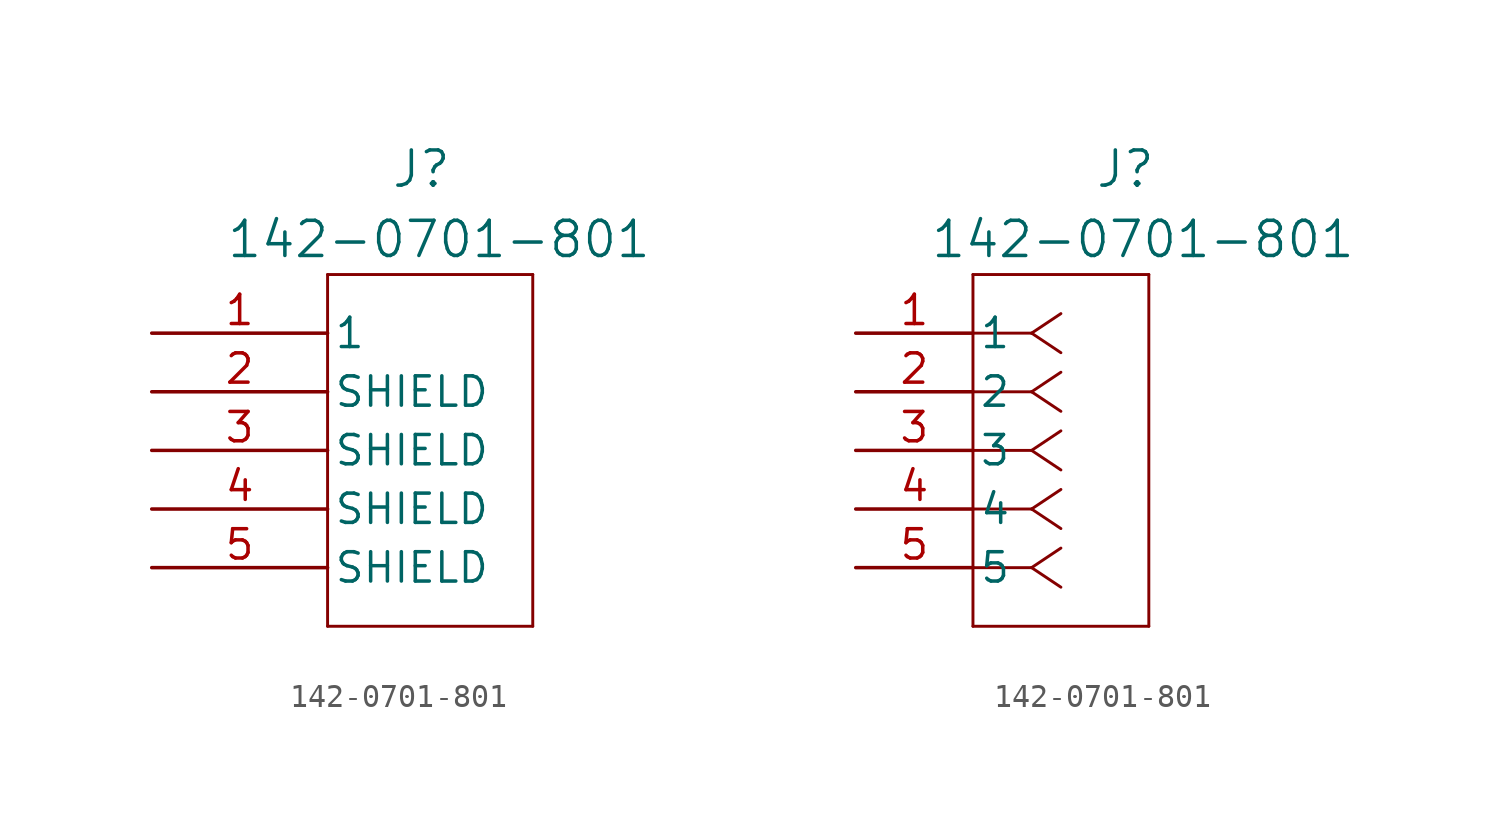
<source format=kicad_sym>
(kicad_symbol_lib
  (version 20241209)
  (generator "kicad_symbol_editor")
  (generator_version "9.0")
  (symbol "142-0701-801"
    (pin_names
      (offset 0.254))
    (property "Reference" "J"
      (at 11.684 7.112 0)
      (effects (font (size 1.524 1.524))))
    (property "Value" "142-0701-801"
      (at 12.446 4.064 0)
      (effects (font (size 1.524 1.524))))
    (property "ki_locked" ""
      (at 0 0 0)
      (effects (font (size 1.27 1.27))))
    (symbol "142-0701-801_1_1"
      (polyline (pts (xy 7.62 2.54) (xy 7.62 -12.7)) (stroke (width 0.127) (type default)) (fill (type none)))
      (polyline (pts (xy 7.62 -12.7) (xy 16.51 -12.7)) (stroke (width 0.127) (type default)) (fill (type none)))
      (polyline (pts (xy 16.51 2.54) (xy 7.62 2.54)) (stroke (width 0.127) (type default)) (fill (type none)))
      (polyline (pts (xy 16.51 -12.7) (xy 16.51 2.54)) (stroke (width 0.127) (type default)) (fill (type none)))
      (pin unspecified line (at 0 0 0) (length 7.62) (name "1" (effects (font (size 1.27 1.27)))) (number "1" (effects (font (size 1.27 1.27)))))
      (pin unspecified line (at 0 -2.54 0) (length 7.62) (name "SHIELD" (effects (font (size 1.27 1.27)))) (number "2" (effects (font (size 1.27 1.27)))))
      (pin unspecified line (at 0 -5.08 0) (length 7.62) (name "SHIELD" (effects (font (size 1.27 1.27)))) (number "3" (effects (font (size 1.27 1.27)))))
      (pin unspecified line (at 0 -7.62 0) (length 7.62) (name "SHIELD" (effects (font (size 1.27 1.27)))) (number "4" (effects (font (size 1.27 1.27)))))
      (pin unspecified line (at 0 -10.16 0) (length 7.62) (name "SHIELD" (effects (font (size 1.27 1.27)))) (number "5" (effects (font (size 1.27 1.27))))))
    (symbol "142-0701-801_1_2"
      (polyline (pts (xy 5.08 2.54) (xy 5.08 -12.7)) (stroke (width 0.127) (type default)) (fill (type none)))
      (polyline (pts (xy 5.08 -12.7) (xy 12.7 -12.7)) (stroke (width 0.127) (type default)) (fill (type none)))
      (polyline (pts (xy 7.62 0) (xy 5.08 0)) (stroke (width 0.127) (type default)) (fill (type none)))
      (polyline (pts (xy 7.62 0) (xy 8.89 0.847)) (stroke (width 0.127) (type default)) (fill (type none)))
      (polyline (pts (xy 7.62 0) (xy 8.89 -0.847)) (stroke (width 0.127) (type default)) (fill (type none)))
      (polyline (pts (xy 7.62 -2.54) (xy 5.08 -2.54)) (stroke (width 0.127) (type default)) (fill (type none)))
      (polyline (pts (xy 7.62 -2.54) (xy 8.89 -1.693)) (stroke (width 0.127) (type default)) (fill (type none)))
      (polyline (pts (xy 7.62 -2.54) (xy 8.89 -3.387)) (stroke (width 0.127) (type default)) (fill (type none)))
      (polyline (pts (xy 7.62 -5.08) (xy 5.08 -5.08)) (stroke (width 0.127) (type default)) (fill (type none)))
      (polyline (pts (xy 7.62 -5.08) (xy 8.89 -4.233)) (stroke (width 0.127) (type default)) (fill (type none)))
      (polyline (pts (xy 7.62 -5.08) (xy 8.89 -5.927)) (stroke (width 0.127) (type default)) (fill (type none)))
      (polyline (pts (xy 7.62 -7.62) (xy 5.08 -7.62)) (stroke (width 0.127) (type default)) (fill (type none)))
      (polyline (pts (xy 7.62 -7.62) (xy 8.89 -6.773)) (stroke (width 0.127) (type default)) (fill (type none)))
      (polyline (pts (xy 7.62 -7.62) (xy 8.89 -8.467)) (stroke (width 0.127) (type default)) (fill (type none)))
      (polyline (pts (xy 7.62 -10.16) (xy 5.08 -10.16)) (stroke (width 0.127) (type default)) (fill (type none)))
      (polyline (pts (xy 7.62 -10.16) (xy 8.89 -9.313)) (stroke (width 0.127) (type default)) (fill (type none)))
      (polyline (pts (xy 7.62 -10.16) (xy 8.89 -11.007)) (stroke (width 0.127) (type default)) (fill (type none)))
      (polyline (pts (xy 12.7 2.54) (xy 5.08 2.54)) (stroke (width 0.127) (type default)) (fill (type none)))
      (polyline (pts (xy 12.7 -12.7) (xy 12.7 2.54)) (stroke (width 0.127) (type default)) (fill (type none)))
      (pin unspecified line (at 0 0 0) (length 5.08) (name "1" (effects (font (size 1.27 1.27)))) (number "1" (effects (font (size 1.27 1.27)))))
      (pin unspecified line (at 0 -2.54 0) (length 5.08) (name "2" (effects (font (size 1.27 1.27)))) (number "2" (effects (font (size 1.27 1.27)))))
      (pin unspecified line (at 0 -5.08 0) (length 5.08) (name "3" (effects (font (size 1.27 1.27)))) (number "3" (effects (font (size 1.27 1.27)))))
      (pin unspecified line (at 0 -7.62 0) (length 5.08) (name "4" (effects (font (size 1.27 1.27)))) (number "4" (effects (font (size 1.27 1.27)))))
      (pin unspecified line (at 0 -10.16 0) (length 5.08) (name "5" (effects (font (size 1.27 1.27)))) (number "5" (effects (font (size 1.27 1.27))))))))
</source>
